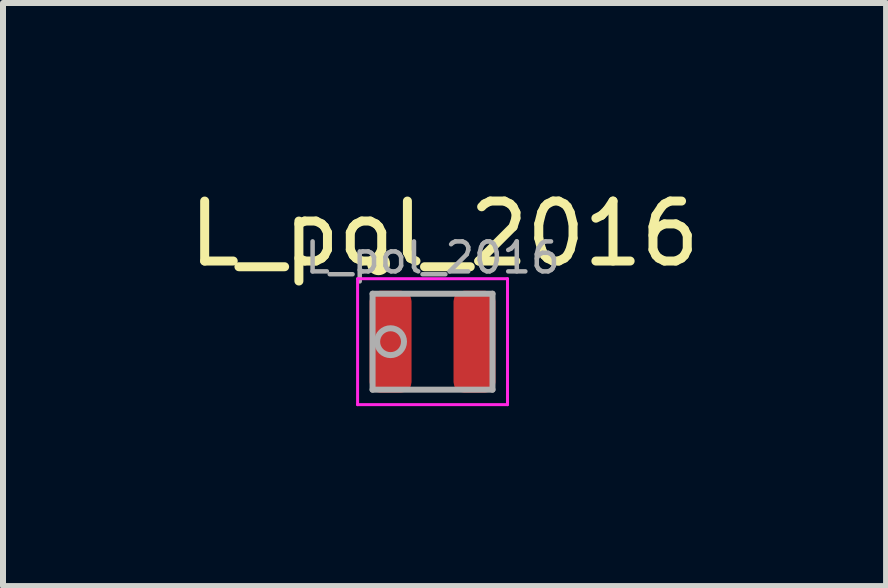
<source format=kicad_pcb>
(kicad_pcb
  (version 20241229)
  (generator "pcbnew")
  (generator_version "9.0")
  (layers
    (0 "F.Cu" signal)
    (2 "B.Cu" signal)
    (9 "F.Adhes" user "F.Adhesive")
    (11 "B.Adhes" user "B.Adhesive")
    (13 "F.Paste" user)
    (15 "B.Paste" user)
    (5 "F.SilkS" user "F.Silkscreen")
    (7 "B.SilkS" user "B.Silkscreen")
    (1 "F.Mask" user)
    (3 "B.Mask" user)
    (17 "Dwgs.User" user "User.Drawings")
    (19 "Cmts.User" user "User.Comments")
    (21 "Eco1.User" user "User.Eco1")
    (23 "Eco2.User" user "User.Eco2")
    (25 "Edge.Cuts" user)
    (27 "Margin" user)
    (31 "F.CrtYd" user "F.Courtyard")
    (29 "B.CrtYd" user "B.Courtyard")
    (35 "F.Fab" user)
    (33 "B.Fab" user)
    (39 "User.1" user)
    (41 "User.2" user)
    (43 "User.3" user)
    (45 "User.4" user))
  (footprint "L_pol_2016"
    (layer "F.Cu")
    (at 4.163 2.648)
    (property "Reference" "L_pol_2016" (at 0.2 -1.8 0) (layer "F.SilkS") (effects (font (size 1 1) (thickness 0.15))))
    (attr smd)
    (fp_circle (center -0.9 -1.3) (end -0.759 -1.3) (stroke (width 0.1) (type solid)) (fill yes) (layer "F.SilkS"))
    (fp_line (start -1.25 -1.05) (end -1.25 1.05) (stroke (width 0.05) (type solid)) (layer "F.CrtYd"))
    (fp_line (start -1.25 1.05) (end 1.25 1.05) (stroke (width 0.05) (type solid)) (layer "F.CrtYd"))
    (fp_line (start 1.25 -1.05) (end -1.25 -1.05) (stroke (width 0.05) (type solid)) (layer "F.CrtYd"))
    (fp_line (start 1.25 1.05) (end 1.25 -1.05) (stroke (width 0.05) (type solid)) (layer "F.CrtYd"))
    (fp_line (start -1 -0.8) (end -1 0.8) (stroke (width 0.1) (type solid)) (layer "F.Fab"))
    (fp_line (start -1 0.8) (end 1 0.8) (stroke (width 0.1) (type solid)) (layer "F.Fab"))
    (fp_line (start 1 -0.8) (end -1 -0.8) (stroke (width 0.1) (type solid)) (layer "F.Fab"))
    (fp_line (start 1 0.8) (end 1 -0.8) (stroke (width 0.1) (type solid)) (layer "F.Fab"))
    (fp_circle (center -0.7 0) (end -0.476 0) (stroke (width 0.1) (type solid)) (fill no) (layer "F.Fab"))
    (fp_text user "${REFERENCE}" (at 0 -1.4 0) (layer "F.Fab") (effects (font (size 0.5 0.5) (thickness 0.075))))
    (pad "1" smd roundrect (at -0.7 0) (size 0.7 1.7) (layers "F.Cu" "F.Mask" "F.Paste") (roundrect_rratio 0.25))
    (pad "2" smd roundrect (at 0.7 0) (size 0.7 1.7) (layers "F.Cu" "F.Mask" "F.Paste") (roundrect_rratio 0.25)))
  (gr_rect
    (start -3 -3)
    (end 11.726 6.723)
    (stroke (width 0.1) (type default))
    (fill no)
    (layer "Edge.Cuts")))
</source>
